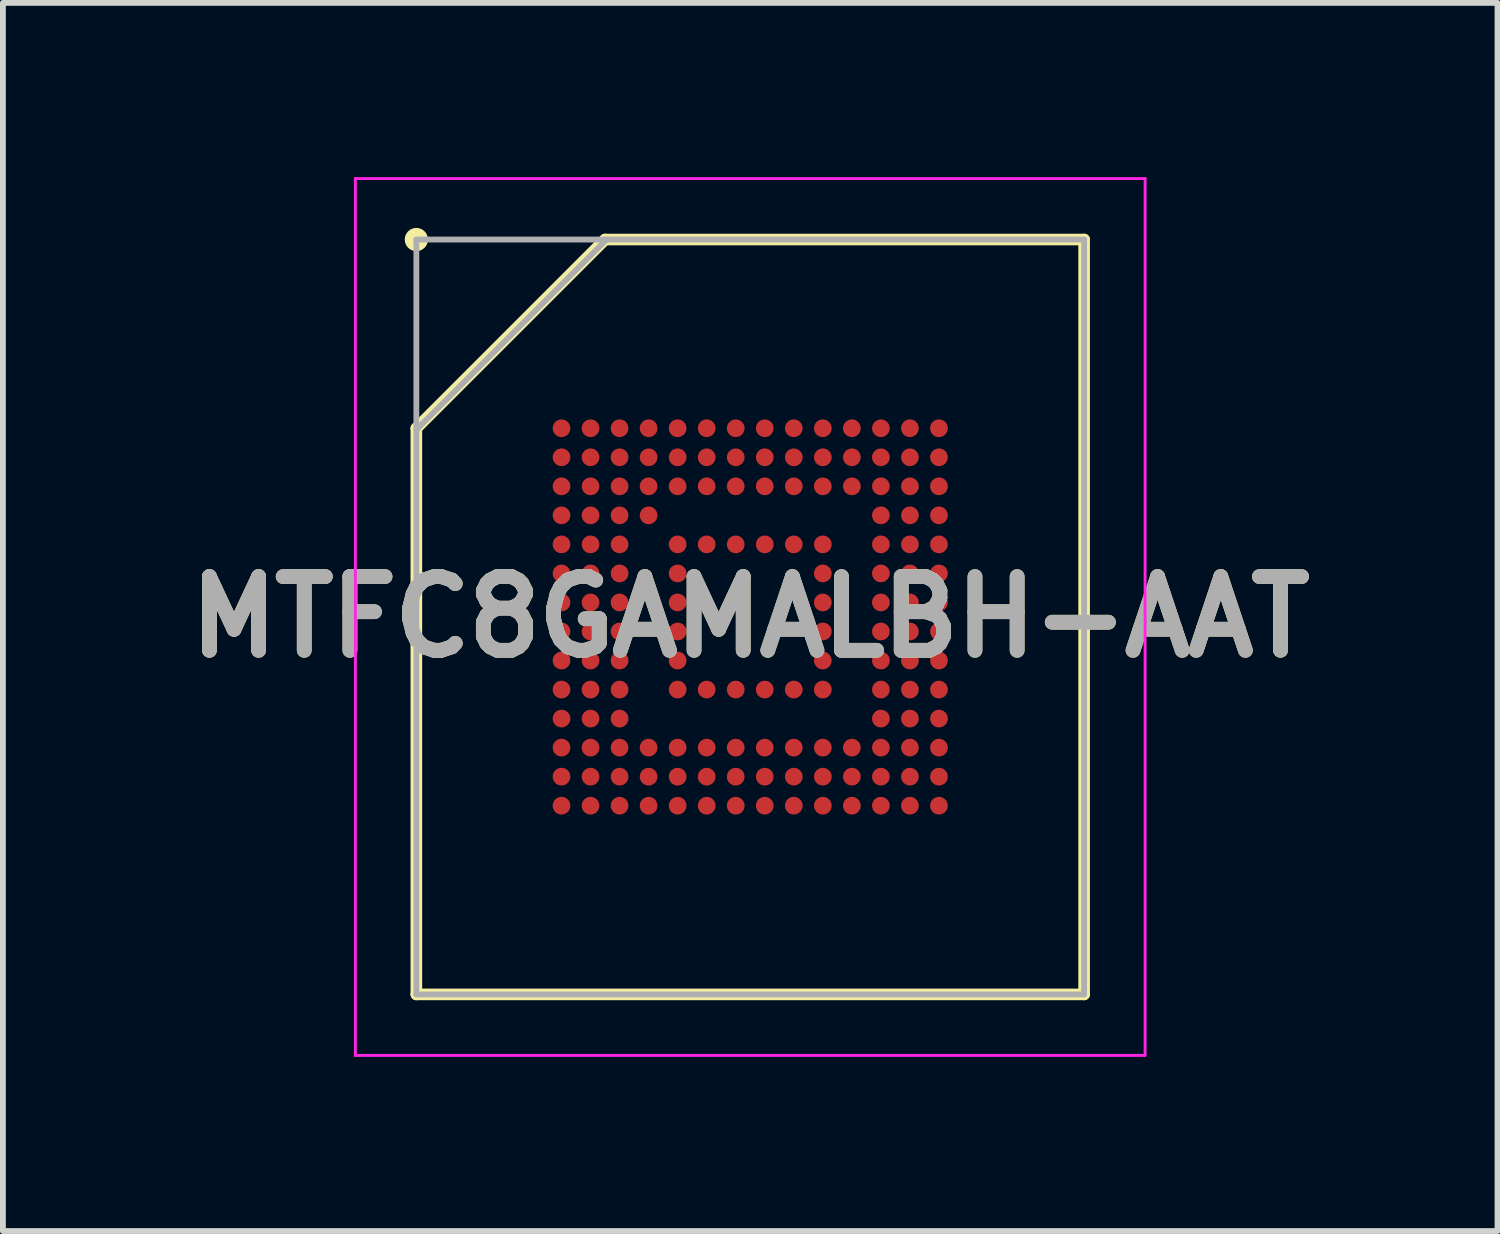
<source format=kicad_pcb>
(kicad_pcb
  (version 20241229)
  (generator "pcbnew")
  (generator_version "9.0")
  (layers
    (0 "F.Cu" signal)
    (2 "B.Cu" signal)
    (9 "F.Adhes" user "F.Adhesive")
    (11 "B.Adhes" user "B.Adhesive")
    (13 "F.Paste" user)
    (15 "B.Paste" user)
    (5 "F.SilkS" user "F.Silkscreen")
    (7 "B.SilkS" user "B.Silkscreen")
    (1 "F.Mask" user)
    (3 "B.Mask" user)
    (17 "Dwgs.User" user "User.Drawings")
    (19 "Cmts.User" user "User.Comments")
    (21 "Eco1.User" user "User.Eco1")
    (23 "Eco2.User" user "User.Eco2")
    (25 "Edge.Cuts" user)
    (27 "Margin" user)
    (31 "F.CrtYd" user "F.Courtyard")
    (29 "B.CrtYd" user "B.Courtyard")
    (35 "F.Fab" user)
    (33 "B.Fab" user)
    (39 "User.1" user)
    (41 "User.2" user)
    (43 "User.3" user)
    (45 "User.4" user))
  (footprint "MTFC8GAMALBH-AAT"
    (layer "F.Cu")
    (at 9.87 7.575)
    (property "Reference" "MTFC8GAMALBH-AAT" (at 0 0 0) (layer "F.SilkS") (effects (font (size 1.27 1.27) (thickness 0.254))))
    (attr smd)
    (fp_line (start -5.75 -3.25) (end -2.5 -6.5) (stroke (width 0.2) (type solid)) (layer "F.SilkS"))
    (fp_line (start -5.75 6.5) (end -5.75 -3.25) (stroke (width 0.2) (type solid)) (layer "F.SilkS"))
    (fp_line (start -2.5 -6.5) (end 5.75 -6.5) (stroke (width 0.2) (type solid)) (layer "F.SilkS"))
    (fp_line (start 5.75 -6.5) (end 5.75 6.5) (stroke (width 0.2) (type solid)) (layer "F.SilkS"))
    (fp_line (start 5.75 6.5) (end -5.75 6.5) (stroke (width 0.2) (type solid)) (layer "F.SilkS"))
    (fp_circle (center -5.75 -6.5) (end -5.75 -6.4) (stroke (width 0.2) (type solid)) (fill no) (layer "F.SilkS"))
    (fp_line (start -6.8 -7.55) (end 6.8 -7.55) (stroke (width 0.05) (type solid)) (layer "F.CrtYd"))
    (fp_line (start -6.8 7.55) (end -6.8 -7.55) (stroke (width 0.05) (type solid)) (layer "F.CrtYd"))
    (fp_line (start 6.8 -7.55) (end 6.8 7.55) (stroke (width 0.05) (type solid)) (layer "F.CrtYd"))
    (fp_line (start 6.8 7.55) (end -6.8 7.55) (stroke (width 0.05) (type solid)) (layer "F.CrtYd"))
    (fp_line (start -5.75 -6.5) (end 5.75 -6.5) (stroke (width 0.1) (type solid)) (layer "F.Fab"))
    (fp_line (start -5.75 -3.225) (end -2.475 -6.5) (stroke (width 0.1) (type solid)) (layer "F.Fab"))
    (fp_line (start -5.75 6.5) (end -5.75 -6.5) (stroke (width 0.1) (type solid)) (layer "F.Fab"))
    (fp_line (start 5.75 -6.5) (end 5.75 6.5) (stroke (width 0.1) (type solid)) (layer "F.Fab"))
    (fp_line (start 5.75 6.5) (end -5.75 6.5) (stroke (width 0.1) (type solid)) (layer "F.Fab"))
    (fp_text user "${REFERENCE}" (at 0 0 0) (layer "F.Fab") (effects (font (size 1.27 1.27) (thickness 0.254))))
    (pad "A1" smd circle (at -3.25 -3.25 90) (size 0.305 0.305) (layers "F.Cu" "F.Mask" "F.Paste"))
    (pad "A2" smd circle (at -2.75 -3.25 90) (size 0.305 0.305) (layers "F.Cu" "F.Mask" "F.Paste"))
    (pad "A3" smd circle (at -2.25 -3.25 90) (size 0.305 0.305) (layers "F.Cu" "F.Mask" "F.Paste"))
    (pad "A4" smd circle (at -1.75 -3.25 90) (size 0.305 0.305) (layers "F.Cu" "F.Mask" "F.Paste"))
    (pad "A5" smd circle (at -1.25 -3.25 90) (size 0.305 0.305) (layers "F.Cu" "F.Mask" "F.Paste"))
    (pad "A6" smd circle (at -0.75 -3.25 90) (size 0.305 0.305) (layers "F.Cu" "F.Mask" "F.Paste"))
    (pad "A7" smd circle (at -0.25 -3.25 90) (size 0.305 0.305) (layers "F.Cu" "F.Mask" "F.Paste"))
    (pad "A8" smd circle (at 0.25 -3.25 90) (size 0.305 0.305) (layers "F.Cu" "F.Mask" "F.Paste"))
    (pad "A9" smd circle (at 0.75 -3.25 90) (size 0.305 0.305) (layers "F.Cu" "F.Mask" "F.Paste"))
    (pad "A10" smd circle (at 1.25 -3.25 90) (size 0.305 0.305) (layers "F.Cu" "F.Mask" "F.Paste"))
    (pad "A11" smd circle (at 1.75 -3.25 90) (size 0.305 0.305) (layers "F.Cu" "F.Mask" "F.Paste"))
    (pad "A12" smd circle (at 2.25 -3.25 90) (size 0.305 0.305) (layers "F.Cu" "F.Mask" "F.Paste"))
    (pad "A13" smd circle (at 2.75 -3.25 90) (size 0.305 0.305) (layers "F.Cu" "F.Mask" "F.Paste"))
    (pad "A14" smd circle (at 3.25 -3.25 90) (size 0.305 0.305) (layers "F.Cu" "F.Mask" "F.Paste"))
    (pad "B1" smd circle (at -3.25 -2.75 90) (size 0.305 0.305) (layers "F.Cu" "F.Mask" "F.Paste"))
    (pad "B2" smd circle (at -2.75 -2.75 90) (size 0.305 0.305) (layers "F.Cu" "F.Mask" "F.Paste"))
    (pad "B3" smd circle (at -2.25 -2.75 90) (size 0.305 0.305) (layers "F.Cu" "F.Mask" "F.Paste"))
    (pad "B4" smd circle (at -1.75 -2.75 90) (size 0.305 0.305) (layers "F.Cu" "F.Mask" "F.Paste"))
    (pad "B5" smd circle (at -1.25 -2.75 90) (size 0.305 0.305) (layers "F.Cu" "F.Mask" "F.Paste"))
    (pad "B6" smd circle (at -0.75 -2.75 90) (size 0.305 0.305) (layers "F.Cu" "F.Mask" "F.Paste"))
    (pad "B7" smd circle (at -0.25 -2.75 90) (size 0.305 0.305) (layers "F.Cu" "F.Mask" "F.Paste"))
    (pad "B8" smd circle (at 0.25 -2.75 90) (size 0.305 0.305) (layers "F.Cu" "F.Mask" "F.Paste"))
    (pad "B9" smd circle (at 0.75 -2.75 90) (size 0.305 0.305) (layers "F.Cu" "F.Mask" "F.Paste"))
    (pad "B10" smd circle (at 1.25 -2.75 90) (size 0.305 0.305) (layers "F.Cu" "F.Mask" "F.Paste"))
    (pad "B11" smd circle (at 1.75 -2.75 90) (size 0.305 0.305) (layers "F.Cu" "F.Mask" "F.Paste"))
    (pad "B12" smd circle (at 2.25 -2.75 90) (size 0.305 0.305) (layers "F.Cu" "F.Mask" "F.Paste"))
    (pad "B13" smd circle (at 2.75 -2.75 90) (size 0.305 0.305) (layers "F.Cu" "F.Mask" "F.Paste"))
    (pad "B14" smd circle (at 3.25 -2.75 90) (size 0.305 0.305) (layers "F.Cu" "F.Mask" "F.Paste"))
    (pad "C1" smd circle (at -3.25 -2.25 90) (size 0.305 0.305) (layers "F.Cu" "F.Mask" "F.Paste"))
    (pad "C2" smd circle (at -2.75 -2.25 90) (size 0.305 0.305) (layers "F.Cu" "F.Mask" "F.Paste"))
    (pad "C3" smd circle (at -2.25 -2.25 90) (size 0.305 0.305) (layers "F.Cu" "F.Mask" "F.Paste"))
    (pad "C4" smd circle (at -1.75 -2.25 90) (size 0.305 0.305) (layers "F.Cu" "F.Mask" "F.Paste"))
    (pad "C5" smd circle (at -1.25 -2.25 90) (size 0.305 0.305) (layers "F.Cu" "F.Mask" "F.Paste"))
    (pad "C6" smd circle (at -0.75 -2.25 90) (size 0.305 0.305) (layers "F.Cu" "F.Mask" "F.Paste"))
    (pad "C7" smd circle (at -0.25 -2.25 90) (size 0.305 0.305) (layers "F.Cu" "F.Mask" "F.Paste"))
    (pad "C8" smd circle (at 0.25 -2.25 90) (size 0.305 0.305) (layers "F.Cu" "F.Mask" "F.Paste"))
    (pad "C9" smd circle (at 0.75 -2.25 90) (size 0.305 0.305) (layers "F.Cu" "F.Mask" "F.Paste"))
    (pad "C10" smd circle (at 1.25 -2.25 90) (size 0.305 0.305) (layers "F.Cu" "F.Mask" "F.Paste"))
    (pad "C11" smd circle (at 1.75 -2.25 90) (size 0.305 0.305) (layers "F.Cu" "F.Mask" "F.Paste"))
    (pad "C12" smd circle (at 2.25 -2.25 90) (size 0.305 0.305) (layers "F.Cu" "F.Mask" "F.Paste"))
    (pad "C13" smd circle (at 2.75 -2.25 90) (size 0.305 0.305) (layers "F.Cu" "F.Mask" "F.Paste"))
    (pad "C14" smd circle (at 3.25 -2.25 90) (size 0.305 0.305) (layers "F.Cu" "F.Mask" "F.Paste"))
    (pad "D1" smd circle (at -3.25 -1.75 90) (size 0.305 0.305) (layers "F.Cu" "F.Mask" "F.Paste"))
    (pad "D2" smd circle (at -2.75 -1.75 90) (size 0.305 0.305) (layers "F.Cu" "F.Mask" "F.Paste"))
    (pad "D3" smd circle (at -2.25 -1.75 90) (size 0.305 0.305) (layers "F.Cu" "F.Mask" "F.Paste"))
    (pad "D4" smd circle (at -1.75 -1.75 90) (size 0.305 0.305) (layers "F.Cu" "F.Mask" "F.Paste"))
    (pad "D12" smd circle (at 2.25 -1.75 90) (size 0.305 0.305) (layers "F.Cu" "F.Mask" "F.Paste"))
    (pad "D13" smd circle (at 2.75 -1.75 90) (size 0.305 0.305) (layers "F.Cu" "F.Mask" "F.Paste"))
    (pad "D14" smd circle (at 3.25 -1.75 90) (size 0.305 0.305) (layers "F.Cu" "F.Mask" "F.Paste"))
    (pad "E1" smd circle (at -3.25 -1.25 90) (size 0.305 0.305) (layers "F.Cu" "F.Mask" "F.Paste"))
    (pad "E2" smd circle (at -2.75 -1.25 90) (size 0.305 0.305) (layers "F.Cu" "F.Mask" "F.Paste"))
    (pad "E3" smd circle (at -2.25 -1.25 90) (size 0.305 0.305) (layers "F.Cu" "F.Mask" "F.Paste"))
    (pad "E5" smd circle (at -1.25 -1.25 90) (size 0.305 0.305) (layers "F.Cu" "F.Mask" "F.Paste"))
    (pad "E6" smd circle (at -0.75 -1.25 90) (size 0.305 0.305) (layers "F.Cu" "F.Mask" "F.Paste"))
    (pad "E7" smd circle (at -0.25 -1.25 90) (size 0.305 0.305) (layers "F.Cu" "F.Mask" "F.Paste"))
    (pad "E8" smd circle (at 0.25 -1.25 90) (size 0.305 0.305) (layers "F.Cu" "F.Mask" "F.Paste"))
    (pad "E9" smd circle (at 0.75 -1.25 90) (size 0.305 0.305) (layers "F.Cu" "F.Mask" "F.Paste"))
    (pad "E10" smd circle (at 1.25 -1.25 90) (size 0.305 0.305) (layers "F.Cu" "F.Mask" "F.Paste"))
    (pad "E12" smd circle (at 2.25 -1.25 90) (size 0.305 0.305) (layers "F.Cu" "F.Mask" "F.Paste"))
    (pad "E13" smd circle (at 2.75 -1.25 90) (size 0.305 0.305) (layers "F.Cu" "F.Mask" "F.Paste"))
    (pad "E14" smd circle (at 3.25 -1.25 90) (size 0.305 0.305) (layers "F.Cu" "F.Mask" "F.Paste"))
    (pad "F1" smd circle (at -3.25 -0.75 90) (size 0.305 0.305) (layers "F.Cu" "F.Mask" "F.Paste"))
    (pad "F2" smd circle (at -2.75 -0.75 90) (size 0.305 0.305) (layers "F.Cu" "F.Mask" "F.Paste"))
    (pad "F3" smd circle (at -2.25 -0.75 90) (size 0.305 0.305) (layers "F.Cu" "F.Mask" "F.Paste"))
    (pad "F5" smd circle (at -1.25 -0.75 90) (size 0.305 0.305) (layers "F.Cu" "F.Mask" "F.Paste"))
    (pad "F10" smd circle (at 1.25 -0.75 90) (size 0.305 0.305) (layers "F.Cu" "F.Mask" "F.Paste"))
    (pad "F12" smd circle (at 2.25 -0.75 90) (size 0.305 0.305) (layers "F.Cu" "F.Mask" "F.Paste"))
    (pad "F13" smd circle (at 2.75 -0.75 90) (size 0.305 0.305) (layers "F.Cu" "F.Mask" "F.Paste"))
    (pad "F14" smd circle (at 3.25 -0.75 90) (size 0.305 0.305) (layers "F.Cu" "F.Mask" "F.Paste"))
    (pad "G1" smd circle (at -3.25 -0.25 90) (size 0.305 0.305) (layers "F.Cu" "F.Mask" "F.Paste"))
    (pad "G2" smd circle (at -2.75 -0.25 90) (size 0.305 0.305) (layers "F.Cu" "F.Mask" "F.Paste"))
    (pad "G3" smd circle (at -2.25 -0.25 90) (size 0.305 0.305) (layers "F.Cu" "F.Mask" "F.Paste"))
    (pad "G5" smd circle (at -1.25 -0.25 90) (size 0.305 0.305) (layers "F.Cu" "F.Mask" "F.Paste"))
    (pad "G10" smd circle (at 1.25 -0.25 90) (size 0.305 0.305) (layers "F.Cu" "F.Mask" "F.Paste"))
    (pad "G12" smd circle (at 2.25 -0.25 90) (size 0.305 0.305) (layers "F.Cu" "F.Mask" "F.Paste"))
    (pad "G13" smd circle (at 2.75 -0.25 90) (size 0.305 0.305) (layers "F.Cu" "F.Mask" "F.Paste"))
    (pad "G14" smd circle (at 3.25 -0.25 90) (size 0.305 0.305) (layers "F.Cu" "F.Mask" "F.Paste"))
    (pad "H1" smd circle (at -3.25 0.25 90) (size 0.305 0.305) (layers "F.Cu" "F.Mask" "F.Paste"))
    (pad "H2" smd circle (at -2.75 0.25 90) (size 0.305 0.305) (layers "F.Cu" "F.Mask" "F.Paste"))
    (pad "H3" smd circle (at -2.25 0.25 90) (size 0.305 0.305) (layers "F.Cu" "F.Mask" "F.Paste"))
    (pad "H5" smd circle (at -1.25 0.25 90) (size 0.305 0.305) (layers "F.Cu" "F.Mask" "F.Paste"))
    (pad "H10" smd circle (at 1.25 0.25 90) (size 0.305 0.305) (layers "F.Cu" "F.Mask" "F.Paste"))
    (pad "H12" smd circle (at 2.25 0.25 90) (size 0.305 0.305) (layers "F.Cu" "F.Mask" "F.Paste"))
    (pad "H13" smd circle (at 2.75 0.25 90) (size 0.305 0.305) (layers "F.Cu" "F.Mask" "F.Paste"))
    (pad "H14" smd circle (at 3.25 0.25 90) (size 0.305 0.305) (layers "F.Cu" "F.Mask" "F.Paste"))
    (pad "J1" smd circle (at -3.25 0.75 90) (size 0.305 0.305) (layers "F.Cu" "F.Mask" "F.Paste"))
    (pad "J2" smd circle (at -2.75 0.75 90) (size 0.305 0.305) (layers "F.Cu" "F.Mask" "F.Paste"))
    (pad "J3" smd circle (at -2.25 0.75 90) (size 0.305 0.305) (layers "F.Cu" "F.Mask" "F.Paste"))
    (pad "J5" smd circle (at -1.25 0.75 90) (size 0.305 0.305) (layers "F.Cu" "F.Mask" "F.Paste"))
    (pad "J10" smd circle (at 1.25 0.75 90) (size 0.305 0.305) (layers "F.Cu" "F.Mask" "F.Paste"))
    (pad "J12" smd circle (at 2.25 0.75 90) (size 0.305 0.305) (layers "F.Cu" "F.Mask" "F.Paste"))
    (pad "J13" smd circle (at 2.75 0.75 90) (size 0.305 0.305) (layers "F.Cu" "F.Mask" "F.Paste"))
    (pad "J14" smd circle (at 3.25 0.75 90) (size 0.305 0.305) (layers "F.Cu" "F.Mask" "F.Paste"))
    (pad "K1" smd circle (at -3.25 1.25 90) (size 0.305 0.305) (layers "F.Cu" "F.Mask" "F.Paste"))
    (pad "K2" smd circle (at -2.75 1.25 90) (size 0.305 0.305) (layers "F.Cu" "F.Mask" "F.Paste"))
    (pad "K3" smd circle (at -2.25 1.25 90) (size 0.305 0.305) (layers "F.Cu" "F.Mask" "F.Paste"))
    (pad "K5" smd circle (at -1.25 1.25 90) (size 0.305 0.305) (layers "F.Cu" "F.Mask" "F.Paste"))
    (pad "K6" smd circle (at -0.75 1.25 90) (size 0.305 0.305) (layers "F.Cu" "F.Mask" "F.Paste"))
    (pad "K7" smd circle (at -0.25 1.25 90) (size 0.305 0.305) (layers "F.Cu" "F.Mask" "F.Paste"))
    (pad "K8" smd circle (at 0.25 1.25 90) (size 0.305 0.305) (layers "F.Cu" "F.Mask" "F.Paste"))
    (pad "K9" smd circle (at 0.75 1.25 90) (size 0.305 0.305) (layers "F.Cu" "F.Mask" "F.Paste"))
    (pad "K10" smd circle (at 1.25 1.25 90) (size 0.305 0.305) (layers "F.Cu" "F.Mask" "F.Paste"))
    (pad "K12" smd circle (at 2.25 1.25 90) (size 0.305 0.305) (layers "F.Cu" "F.Mask" "F.Paste"))
    (pad "K13" smd circle (at 2.75 1.25 90) (size 0.305 0.305) (layers "F.Cu" "F.Mask" "F.Paste"))
    (pad "K14" smd circle (at 3.25 1.25 90) (size 0.305 0.305) (layers "F.Cu" "F.Mask" "F.Paste"))
    (pad "L1" smd circle (at -3.25 1.75 90) (size 0.305 0.305) (layers "F.Cu" "F.Mask" "F.Paste"))
    (pad "L2" smd circle (at -2.75 1.75 90) (size 0.305 0.305) (layers "F.Cu" "F.Mask" "F.Paste"))
    (pad "L3" smd circle (at -2.25 1.75 90) (size 0.305 0.305) (layers "F.Cu" "F.Mask" "F.Paste"))
    (pad "L12" smd circle (at 2.25 1.75 90) (size 0.305 0.305) (layers "F.Cu" "F.Mask" "F.Paste"))
    (pad "L13" smd circle (at 2.75 1.75 90) (size 0.305 0.305) (layers "F.Cu" "F.Mask" "F.Paste"))
    (pad "L14" smd circle (at 3.25 1.75 90) (size 0.305 0.305) (layers "F.Cu" "F.Mask" "F.Paste"))
    (pad "M1" smd circle (at -3.25 2.25 90) (size 0.305 0.305) (layers "F.Cu" "F.Mask" "F.Paste"))
    (pad "M2" smd circle (at -2.75 2.25 90) (size 0.305 0.305) (layers "F.Cu" "F.Mask" "F.Paste"))
    (pad "M3" smd circle (at -2.25 2.25 90) (size 0.305 0.305) (layers "F.Cu" "F.Mask" "F.Paste"))
    (pad "M4" smd circle (at -1.75 2.25 90) (size 0.305 0.305) (layers "F.Cu" "F.Mask" "F.Paste"))
    (pad "M5" smd circle (at -1.25 2.25 90) (size 0.305 0.305) (layers "F.Cu" "F.Mask" "F.Paste"))
    (pad "M6" smd circle (at -0.75 2.25 90) (size 0.305 0.305) (layers "F.Cu" "F.Mask" "F.Paste"))
    (pad "M7" smd circle (at -0.25 2.25 90) (size 0.305 0.305) (layers "F.Cu" "F.Mask" "F.Paste"))
    (pad "M8" smd circle (at 0.25 2.25 90) (size 0.305 0.305) (layers "F.Cu" "F.Mask" "F.Paste"))
    (pad "M9" smd circle (at 0.75 2.25 90) (size 0.305 0.305) (layers "F.Cu" "F.Mask" "F.Paste"))
    (pad "M10" smd circle (at 1.25 2.25 90) (size 0.305 0.305) (layers "F.Cu" "F.Mask" "F.Paste"))
    (pad "M11" smd circle (at 1.75 2.25 90) (size 0.305 0.305) (layers "F.Cu" "F.Mask" "F.Paste"))
    (pad "M12" smd circle (at 2.25 2.25 90) (size 0.305 0.305) (layers "F.Cu" "F.Mask" "F.Paste"))
    (pad "M13" smd circle (at 2.75 2.25 90) (size 0.305 0.305) (layers "F.Cu" "F.Mask" "F.Paste"))
    (pad "M14" smd circle (at 3.25 2.25 90) (size 0.305 0.305) (layers "F.Cu" "F.Mask" "F.Paste"))
    (pad "N1" smd circle (at -3.25 2.75 90) (size 0.305 0.305) (layers "F.Cu" "F.Mask" "F.Paste"))
    (pad "N2" smd circle (at -2.75 2.75 90) (size 0.305 0.305) (layers "F.Cu" "F.Mask" "F.Paste"))
    (pad "N3" smd circle (at -2.25 2.75 90) (size 0.305 0.305) (layers "F.Cu" "F.Mask" "F.Paste"))
    (pad "N4" smd circle (at -1.75 2.75 90) (size 0.305 0.305) (layers "F.Cu" "F.Mask" "F.Paste"))
    (pad "N5" smd circle (at -1.25 2.75 90) (size 0.305 0.305) (layers "F.Cu" "F.Mask" "F.Paste"))
    (pad "N6" smd circle (at -0.75 2.75 90) (size 0.305 0.305) (layers "F.Cu" "F.Mask" "F.Paste"))
    (pad "N7" smd circle (at -0.25 2.75 90) (size 0.305 0.305) (layers "F.Cu" "F.Mask" "F.Paste"))
    (pad "N8" smd circle (at 0.25 2.75 90) (size 0.305 0.305) (layers "F.Cu" "F.Mask" "F.Paste"))
    (pad "N9" smd circle (at 0.75 2.75 90) (size 0.305 0.305) (layers "F.Cu" "F.Mask" "F.Paste"))
    (pad "N10" smd circle (at 1.25 2.75 90) (size 0.305 0.305) (layers "F.Cu" "F.Mask" "F.Paste"))
    (pad "N11" smd circle (at 1.75 2.75 90) (size 0.305 0.305) (layers "F.Cu" "F.Mask" "F.Paste"))
    (pad "N12" smd circle (at 2.25 2.75 90) (size 0.305 0.305) (layers "F.Cu" "F.Mask" "F.Paste"))
    (pad "N13" smd circle (at 2.75 2.75 90) (size 0.305 0.305) (layers "F.Cu" "F.Mask" "F.Paste"))
    (pad "N14" smd circle (at 3.25 2.75 90) (size 0.305 0.305) (layers "F.Cu" "F.Mask" "F.Paste"))
    (pad "P1" smd circle (at -3.25 3.25 90) (size 0.305 0.305) (layers "F.Cu" "F.Mask" "F.Paste"))
    (pad "P2" smd circle (at -2.75 3.25 90) (size 0.305 0.305) (layers "F.Cu" "F.Mask" "F.Paste"))
    (pad "P3" smd circle (at -2.25 3.25 90) (size 0.305 0.305) (layers "F.Cu" "F.Mask" "F.Paste"))
    (pad "P4" smd circle (at -1.75 3.25 90) (size 0.305 0.305) (layers "F.Cu" "F.Mask" "F.Paste"))
    (pad "P5" smd circle (at -1.25 3.25 90) (size 0.305 0.305) (layers "F.Cu" "F.Mask" "F.Paste"))
    (pad "P6" smd circle (at -0.75 3.25 90) (size 0.305 0.305) (layers "F.Cu" "F.Mask" "F.Paste"))
    (pad "P7" smd circle (at -0.25 3.25 90) (size 0.305 0.305) (layers "F.Cu" "F.Mask" "F.Paste"))
    (pad "P8" smd circle (at 0.25 3.25 90) (size 0.305 0.305) (layers "F.Cu" "F.Mask" "F.Paste"))
    (pad "P9" smd circle (at 0.75 3.25 90) (size 0.305 0.305) (layers "F.Cu" "F.Mask" "F.Paste"))
    (pad "P10" smd circle (at 1.25 3.25 90) (size 0.305 0.305) (layers "F.Cu" "F.Mask" "F.Paste"))
    (pad "P11" smd circle (at 1.75 3.25 90) (size 0.305 0.305) (layers "F.Cu" "F.Mask" "F.Paste"))
    (pad "P12" smd circle (at 2.25 3.25 90) (size 0.305 0.305) (layers "F.Cu" "F.Mask" "F.Paste"))
    (pad "P13" smd circle (at 2.75 3.25 90) (size 0.305 0.305) (layers "F.Cu" "F.Mask" "F.Paste"))
    (pad "P14" smd circle (at 3.25 3.25 90) (size 0.305 0.305) (layers "F.Cu" "F.Mask" "F.Paste")))
  (gr_rect
    (start -3 -3)
    (end 22.739 18.15)
    (stroke (width 0.1) (type default))
    (fill no)
    (layer "Edge.Cuts")))
</source>
